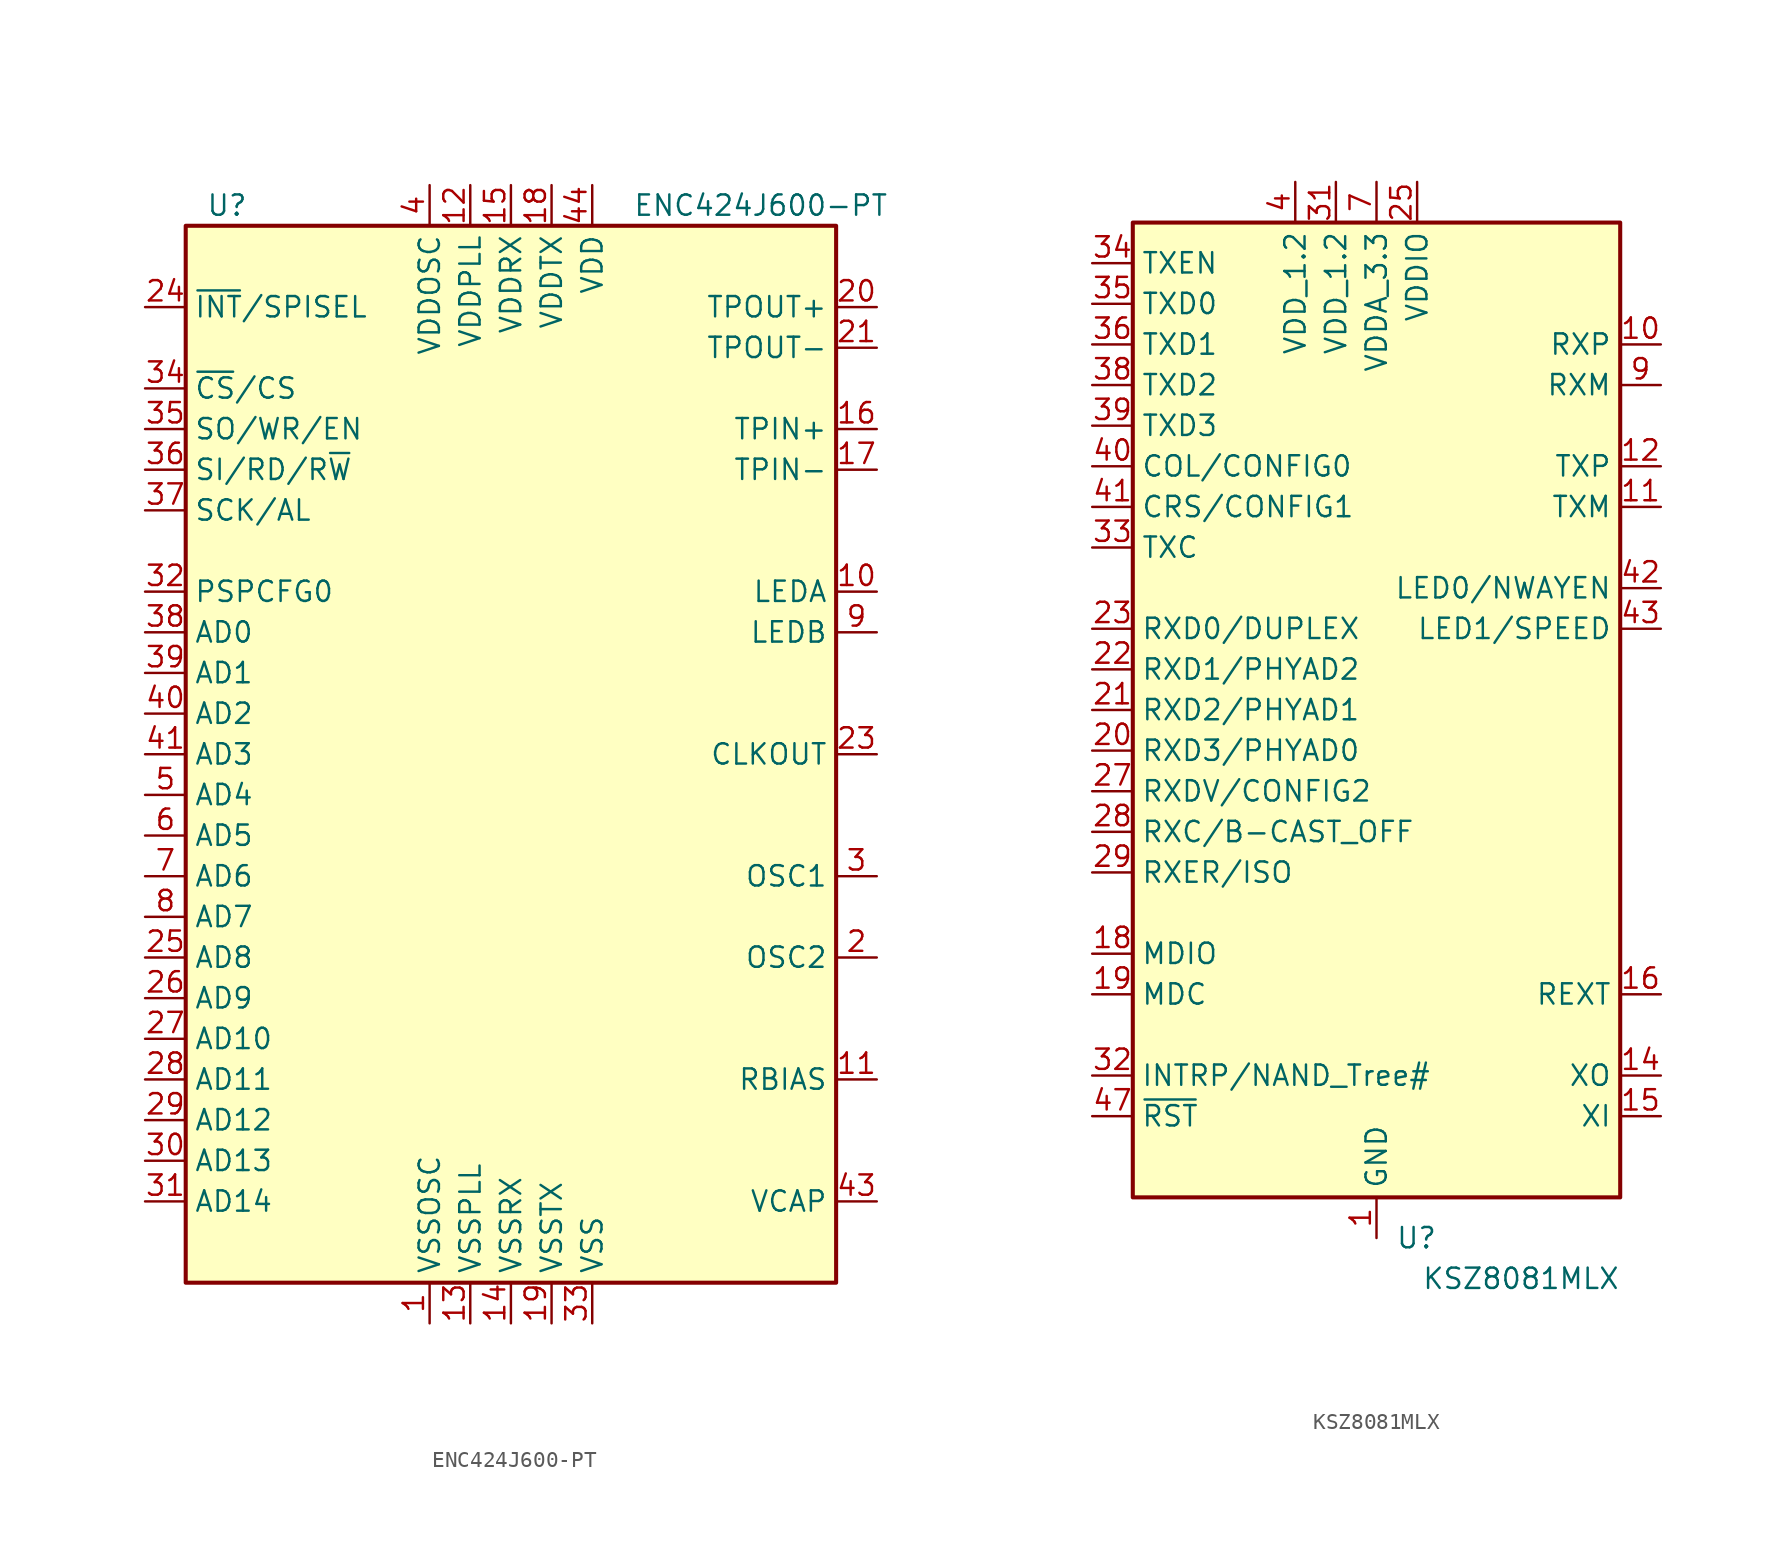
<source format=kicad_sym>
(kicad_symbol_lib
  (version 20231120)
  (generator "kicad_symbol_editor")
  (generator_version "8.0")
  (symbol "ENC424J600-PT"
    (property "Reference" "U"
      (at -19.05 34.29 0)
      (effects (font (size 1.27 1.27)) (justify left)))
    (property "Value" "ENC424J600-PT"
      (at 7.62 34.29 0)
      (effects (font (size 1.27 1.27)) (justify left)))
    (symbol "ENC424J600-PT_0_1"
      (rectangle (start -20.32 33.02) (end 20.32 -33.02) (stroke (width 0.254) (type default)) (fill (type background))))
    (symbol "ENC424J600-PT_1_1"
      (pin power_in line (at -5.08 -35.56 90) (length 2.54) (name "VSSOSC" (effects (font (size 1.27 1.27)))) (number "1" (effects (font (size 1.27 1.27)))))
      (pin output line (at 22.86 10.16 180) (length 2.54) (name "LEDA" (effects (font (size 1.27 1.27)))) (number "10" (effects (font (size 1.27 1.27)))))
      (pin input line (at 22.86 -20.32 180) (length 2.54) (name "RBIAS" (effects (font (size 1.27 1.27)))) (number "11" (effects (font (size 1.27 1.27)))))
      (pin power_in line (at -2.54 35.56 270) (length 2.54) (name "VDDPLL" (effects (font (size 1.27 1.27)))) (number "12" (effects (font (size 1.27 1.27)))))
      (pin power_in line (at -2.54 -35.56 90) (length 2.54) (name "VSSPLL" (effects (font (size 1.27 1.27)))) (number "13" (effects (font (size 1.27 1.27)))))
      (pin power_in line (at 0 -35.56 90) (length 2.54) (name "VSSRX" (effects (font (size 1.27 1.27)))) (number "14" (effects (font (size 1.27 1.27)))))
      (pin power_in line (at 0 35.56 270) (length 2.54) (name "VDDRX" (effects (font (size 1.27 1.27)))) (number "15" (effects (font (size 1.27 1.27)))))
      (pin input line (at 22.86 20.32 180) (length 2.54) (name "TPIN+" (effects (font (size 1.27 1.27)))) (number "16" (effects (font (size 1.27 1.27)))))
      (pin input line (at 22.86 17.78 180) (length 2.54) (name "TPIN-" (effects (font (size 1.27 1.27)))) (number "17" (effects (font (size 1.27 1.27)))))
      (pin power_in line (at 2.54 35.56 270) (length 2.54) (name "VDDTX" (effects (font (size 1.27 1.27)))) (number "18" (effects (font (size 1.27 1.27)))))
      (pin power_in line (at 2.54 -35.56 90) (length 2.54) (name "VSSTX" (effects (font (size 1.27 1.27)))) (number "19" (effects (font (size 1.27 1.27)))))
      (pin output line (at 22.86 -12.7 180) (length 2.54) (name "OSC2" (effects (font (size 1.27 1.27)))) (number "2" (effects (font (size 1.27 1.27)))))
      (pin output line (at 22.86 27.94 180) (length 2.54) (name "TPOUT+" (effects (font (size 1.27 1.27)))) (number "20" (effects (font (size 1.27 1.27)))))
      (pin output line (at 22.86 25.4 180) (length 2.54) (name "TPOUT-" (effects (font (size 1.27 1.27)))) (number "21" (effects (font (size 1.27 1.27)))))
      (pin passive line (at 2.54 -35.56 90) (length 2.54) hide (name "VSSTX" (effects (font (size 1.27 1.27)))) (number "22" (effects (font (size 1.27 1.27)))))
      (pin output line (at 22.86 0 180) (length 2.54) (name "CLKOUT" (effects (font (size 1.27 1.27)))) (number "23" (effects (font (size 1.27 1.27)))))
      (pin bidirectional line (at -22.86 27.94 0) (length 2.54) (name "~{INT}/SPISEL" (effects (font (size 1.27 1.27)))) (number "24" (effects (font (size 1.27 1.27)))))
      (pin bidirectional line (at -22.86 -12.7 0) (length 2.54) (name "AD8" (effects (font (size 1.27 1.27)))) (number "25" (effects (font (size 1.27 1.27)))))
      (pin bidirectional line (at -22.86 -15.24 0) (length 2.54) (name "AD9" (effects (font (size 1.27 1.27)))) (number "26" (effects (font (size 1.27 1.27)))))
      (pin bidirectional line (at -22.86 -17.78 0) (length 2.54) (name "AD10" (effects (font (size 1.27 1.27)))) (number "27" (effects (font (size 1.27 1.27)))))
      (pin bidirectional line (at -22.86 -20.32 0) (length 2.54) (name "AD11" (effects (font (size 1.27 1.27)))) (number "28" (effects (font (size 1.27 1.27)))))
      (pin bidirectional line (at -22.86 -22.86 0) (length 2.54) (name "AD12" (effects (font (size 1.27 1.27)))) (number "29" (effects (font (size 1.27 1.27)))))
      (pin input line (at 22.86 -7.62 180) (length 2.54) (name "OSC1" (effects (font (size 1.27 1.27)))) (number "3" (effects (font (size 1.27 1.27)))))
      (pin bidirectional line (at -22.86 -25.4 0) (length 2.54) (name "AD13" (effects (font (size 1.27 1.27)))) (number "30" (effects (font (size 1.27 1.27)))))
      (pin bidirectional line (at -22.86 -27.94 0) (length 2.54) (name "AD14" (effects (font (size 1.27 1.27)))) (number "31" (effects (font (size 1.27 1.27)))))
      (pin input line (at -22.86 10.16 0) (length 2.54) (name "PSPCFG0" (effects (font (size 1.27 1.27)))) (number "32" (effects (font (size 1.27 1.27)))))
      (pin power_in line (at 5.08 -35.56 90) (length 2.54) (name "VSS" (effects (font (size 1.27 1.27)))) (number "33" (effects (font (size 1.27 1.27)))))
      (pin input line (at -22.86 22.86 0) (length 2.54) (name "~{CS}/CS" (effects (font (size 1.27 1.27)))) (number "34" (effects (font (size 1.27 1.27)))))
      (pin bidirectional line (at -22.86 20.32 0) (length 2.54) (name "SO/WR/EN" (effects (font (size 1.27 1.27)))) (number "35" (effects (font (size 1.27 1.27)))))
      (pin input line (at -22.86 17.78 0) (length 2.54) (name "SI/RD/R~{W}" (effects (font (size 1.27 1.27)))) (number "36" (effects (font (size 1.27 1.27)))))
      (pin input line (at -22.86 15.24 0) (length 2.54) (name "SCK/AL" (effects (font (size 1.27 1.27)))) (number "37" (effects (font (size 1.27 1.27)))))
      (pin bidirectional line (at -22.86 7.62 0) (length 2.54) (name "AD0" (effects (font (size 1.27 1.27)))) (number "38" (effects (font (size 1.27 1.27)))))
      (pin input line (at -22.86 5.08 0) (length 2.54) (name "AD1" (effects (font (size 1.27 1.27)))) (number "39" (effects (font (size 1.27 1.27)))))
      (pin power_in line (at -5.08 35.56 270) (length 2.54) (name "VDDOSC" (effects (font (size 1.27 1.27)))) (number "4" (effects (font (size 1.27 1.27)))))
      (pin bidirectional line (at -22.86 2.54 0) (length 2.54) (name "AD2" (effects (font (size 1.27 1.27)))) (number "40" (effects (font (size 1.27 1.27)))))
      (pin bidirectional line (at -22.86 0 0) (length 2.54) (name "AD3" (effects (font (size 1.27 1.27)))) (number "41" (effects (font (size 1.27 1.27)))))
      (pin passive line (at 5.08 -35.56 90) (length 2.54) hide (name "VSS" (effects (font (size 1.27 1.27)))) (number "42" (effects (font (size 1.27 1.27)))))
      (pin input line (at 22.86 -27.94 180) (length 2.54) (name "VCAP" (effects (font (size 1.27 1.27)))) (number "43" (effects (font (size 1.27 1.27)))))
      (pin power_in line (at 5.08 35.56 270) (length 2.54) (name "VDD" (effects (font (size 1.27 1.27)))) (number "44" (effects (font (size 1.27 1.27)))))
      (pin bidirectional line (at -22.86 -2.54 0) (length 2.54) (name "AD4" (effects (font (size 1.27 1.27)))) (number "5" (effects (font (size 1.27 1.27)))))
      (pin bidirectional line (at -22.86 -5.08 0) (length 2.54) (name "AD5" (effects (font (size 1.27 1.27)))) (number "6" (effects (font (size 1.27 1.27)))))
      (pin bidirectional line (at -22.86 -7.62 0) (length 2.54) (name "AD6" (effects (font (size 1.27 1.27)))) (number "7" (effects (font (size 1.27 1.27)))))
      (pin bidirectional line (at -22.86 -10.16 0) (length 2.54) (name "AD7" (effects (font (size 1.27 1.27)))) (number "8" (effects (font (size 1.27 1.27)))))
      (pin output line (at 22.86 7.62 180) (length 2.54) (name "LEDB" (effects (font (size 1.27 1.27)))) (number "9" (effects (font (size 1.27 1.27)))))))
  (symbol "KSZ8081MLX"
    (property "Reference" "U"
      (at 3.81 -33.02 0)
      (effects (font (size 1.27 1.27)) (justify right)))
    (property "Value" "KSZ8081MLX"
      (at 15.24 -35.56 0)
      (effects (font (size 1.27 1.27)) (justify right)))
    (symbol "KSZ8081MLX_1_1"
      (rectangle (start -15.24 30.48) (end 15.24 -30.48) (stroke (width 0.254) (type default)) (fill (type background)))
      (pin power_in line (at 0 -33.02 90) (length 2.54) (name "GND" (effects (font (size 1.27 1.27)))) (number "1" (effects (font (size 1.27 1.27)))))
      (pin passive line (at 17.78 22.86 180) (length 2.54) (name "RXP" (effects (font (size 1.27 1.27)))) (number "10" (effects (font (size 1.27 1.27)))))
      (pin passive line (at 17.78 12.7 180) (length 2.54) (name "TXM" (effects (font (size 1.27 1.27)))) (number "11" (effects (font (size 1.27 1.27)))))
      (pin passive line (at 17.78 15.24 180) (length 2.54) (name "TXP" (effects (font (size 1.27 1.27)))) (number "12" (effects (font (size 1.27 1.27)))))
      (pin passive line (at 0 -33.02 90) (length 2.54) hide (name "GND" (effects (font (size 1.27 1.27)))) (number "13" (effects (font (size 1.27 1.27)))))
      (pin output line (at 17.78 -22.86 180) (length 2.54) (name "XO" (effects (font (size 1.27 1.27)))) (number "14" (effects (font (size 1.27 1.27)))))
      (pin input line (at 17.78 -25.4 180) (length 2.54) (name "XI" (effects (font (size 1.27 1.27)))) (number "15" (effects (font (size 1.27 1.27)))))
      (pin passive line (at 17.78 -17.78 180) (length 2.54) (name "REXT" (effects (font (size 1.27 1.27)))) (number "16" (effects (font (size 1.27 1.27)))))
      (pin passive line (at 0 -33.02 90) (length 2.54) hide (name "GND" (effects (font (size 1.27 1.27)))) (number "17" (effects (font (size 1.27 1.27)))))
      (pin bidirectional line (at -17.78 -15.24 0) (length 2.54) (name "MDIO" (effects (font (size 1.27 1.27)))) (number "18" (effects (font (size 1.27 1.27)))))
      (pin input line (at -17.78 -17.78 0) (length 2.54) (name "MDC" (effects (font (size 1.27 1.27)))) (number "19" (effects (font (size 1.27 1.27)))))
      (pin passive line (at 0 -33.02 90) (length 2.54) hide (name "GND" (effects (font (size 1.27 1.27)))) (number "2" (effects (font (size 1.27 1.27)))))
      (pin output line (at -17.78 -2.54 0) (length 2.54) (name "RXD3/PHYAD0" (effects (font (size 1.27 1.27)))) (number "20" (effects (font (size 1.27 1.27)))))
      (pin output line (at -17.78 0 0) (length 2.54) (name "RXD2/PHYAD1" (effects (font (size 1.27 1.27)))) (number "21" (effects (font (size 1.27 1.27)))))
      (pin output line (at -17.78 2.54 0) (length 2.54) (name "RXD1/PHYAD2" (effects (font (size 1.27 1.27)))) (number "22" (effects (font (size 1.27 1.27)))))
      (pin output line (at -17.78 5.08 0) (length 2.54) (name "RXD0/DUPLEX" (effects (font (size 1.27 1.27)))) (number "23" (effects (font (size 1.27 1.27)))))
      (pin passive line (at 0 -33.02 90) (length 2.54) hide (name "GND" (effects (font (size 1.27 1.27)))) (number "24" (effects (font (size 1.27 1.27)))))
      (pin power_in line (at 2.54 33.02 270) (length 2.54) (name "VDDIO" (effects (font (size 1.27 1.27)))) (number "25" (effects (font (size 1.27 1.27)))))
      (pin no_connect line (at 15.24 -7.62 180) (length 2.54) hide (name "NC" (effects (font (size 1.27 1.27)))) (number "26" (effects (font (size 1.27 1.27)))))
      (pin bidirectional line (at -17.78 -5.08 0) (length 2.54) (name "RXDV/CONFIG2" (effects (font (size 1.27 1.27)))) (number "27" (effects (font (size 1.27 1.27)))))
      (pin bidirectional line (at -17.78 -7.62 0) (length 2.54) (name "RXC/B-CAST_OFF" (effects (font (size 1.27 1.27)))) (number "28" (effects (font (size 1.27 1.27)))))
      (pin output line (at -17.78 -10.16 0) (length 2.54) (name "RXER/ISO" (effects (font (size 1.27 1.27)))) (number "29" (effects (font (size 1.27 1.27)))))
      (pin passive line (at 0 -33.02 90) (length 2.54) hide (name "GND" (effects (font (size 1.27 1.27)))) (number "3" (effects (font (size 1.27 1.27)))))
      (pin passive line (at 0 -33.02 90) (length 2.54) hide (name "GND" (effects (font (size 1.27 1.27)))) (number "30" (effects (font (size 1.27 1.27)))))
      (pin power_in line (at -2.54 33.02 270) (length 2.54) (name "VDD_1.2" (effects (font (size 1.27 1.27)))) (number "31" (effects (font (size 1.27 1.27)))))
      (pin bidirectional line (at -17.78 -22.86 0) (length 2.54) (name "INTRP/NAND_Tree#" (effects (font (size 1.27 1.27)))) (number "32" (effects (font (size 1.27 1.27)))))
      (pin bidirectional line (at -17.78 10.16 0) (length 2.54) (name "TXC" (effects (font (size 1.27 1.27)))) (number "33" (effects (font (size 1.27 1.27)))))
      (pin input line (at -17.78 27.94 0) (length 2.54) (name "TXEN" (effects (font (size 1.27 1.27)))) (number "34" (effects (font (size 1.27 1.27)))))
      (pin input line (at -17.78 25.4 0) (length 2.54) (name "TXD0" (effects (font (size 1.27 1.27)))) (number "35" (effects (font (size 1.27 1.27)))))
      (pin input line (at -17.78 22.86 0) (length 2.54) (name "TXD1" (effects (font (size 1.27 1.27)))) (number "36" (effects (font (size 1.27 1.27)))))
      (pin passive line (at 0 -33.02 90) (length 2.54) hide (name "GND" (effects (font (size 1.27 1.27)))) (number "37" (effects (font (size 1.27 1.27)))))
      (pin input line (at -17.78 20.32 0) (length 2.54) (name "TXD2" (effects (font (size 1.27 1.27)))) (number "38" (effects (font (size 1.27 1.27)))))
      (pin input line (at -17.78 17.78 0) (length 2.54) (name "TXD3" (effects (font (size 1.27 1.27)))) (number "39" (effects (font (size 1.27 1.27)))))
      (pin power_out line (at -5.08 33.02 270) (length 2.54) (name "VDD_1.2" (effects (font (size 1.27 1.27)))) (number "4" (effects (font (size 1.27 1.27)))))
      (pin bidirectional line (at -17.78 15.24 0) (length 2.54) (name "COL/CONFIG0" (effects (font (size 1.27 1.27)))) (number "40" (effects (font (size 1.27 1.27)))))
      (pin bidirectional line (at -17.78 12.7 0) (length 2.54) (name "CRS/CONFIG1" (effects (font (size 1.27 1.27)))) (number "41" (effects (font (size 1.27 1.27)))))
      (pin bidirectional line (at 17.78 7.62 180) (length 2.54) (name "LED0/NWAYEN" (effects (font (size 1.27 1.27)))) (number "42" (effects (font (size 1.27 1.27)))))
      (pin output line (at 17.78 5.08 180) (length 2.54) (name "LED1/SPEED" (effects (font (size 1.27 1.27)))) (number "43" (effects (font (size 1.27 1.27)))))
      (pin no_connect line (at 15.24 -15.24 180) (length 2.54) hide (name "TEST/NC" (effects (font (size 1.27 1.27)))) (number "44" (effects (font (size 1.27 1.27)))))
      (pin no_connect line (at 15.24 -10.16 180) (length 2.54) hide (name "NC" (effects (font (size 1.27 1.27)))) (number "45" (effects (font (size 1.27 1.27)))))
      (pin no_connect line (at 15.24 -12.7 180) (length 2.54) hide (name "NC" (effects (font (size 1.27 1.27)))) (number "46" (effects (font (size 1.27 1.27)))))
      (pin input line (at -17.78 -25.4 0) (length 2.54) (name "~{RST}" (effects (font (size 1.27 1.27)))) (number "47" (effects (font (size 1.27 1.27)))))
      (pin no_connect line (at 15.24 0 180) (length 2.54) hide (name "NC" (effects (font (size 1.27 1.27)))) (number "5" (effects (font (size 1.27 1.27)))))
      (pin no_connect line (at 15.24 -2.54 180) (length 2.54) hide (name "NC" (effects (font (size 1.27 1.27)))) (number "6" (effects (font (size 1.27 1.27)))))
      (pin power_in line (at 0 33.02 270) (length 2.54) (name "VDDA_3.3" (effects (font (size 1.27 1.27)))) (number "7" (effects (font (size 1.27 1.27)))))
      (pin no_connect line (at 15.24 -5.08 180) (length 2.54) hide (name "NC" (effects (font (size 1.27 1.27)))) (number "8" (effects (font (size 1.27 1.27)))))
      (pin passive line (at 17.78 20.32 180) (length 2.54) (name "RXM" (effects (font (size 1.27 1.27)))) (number "9" (effects (font (size 1.27 1.27))))))))
</source>
